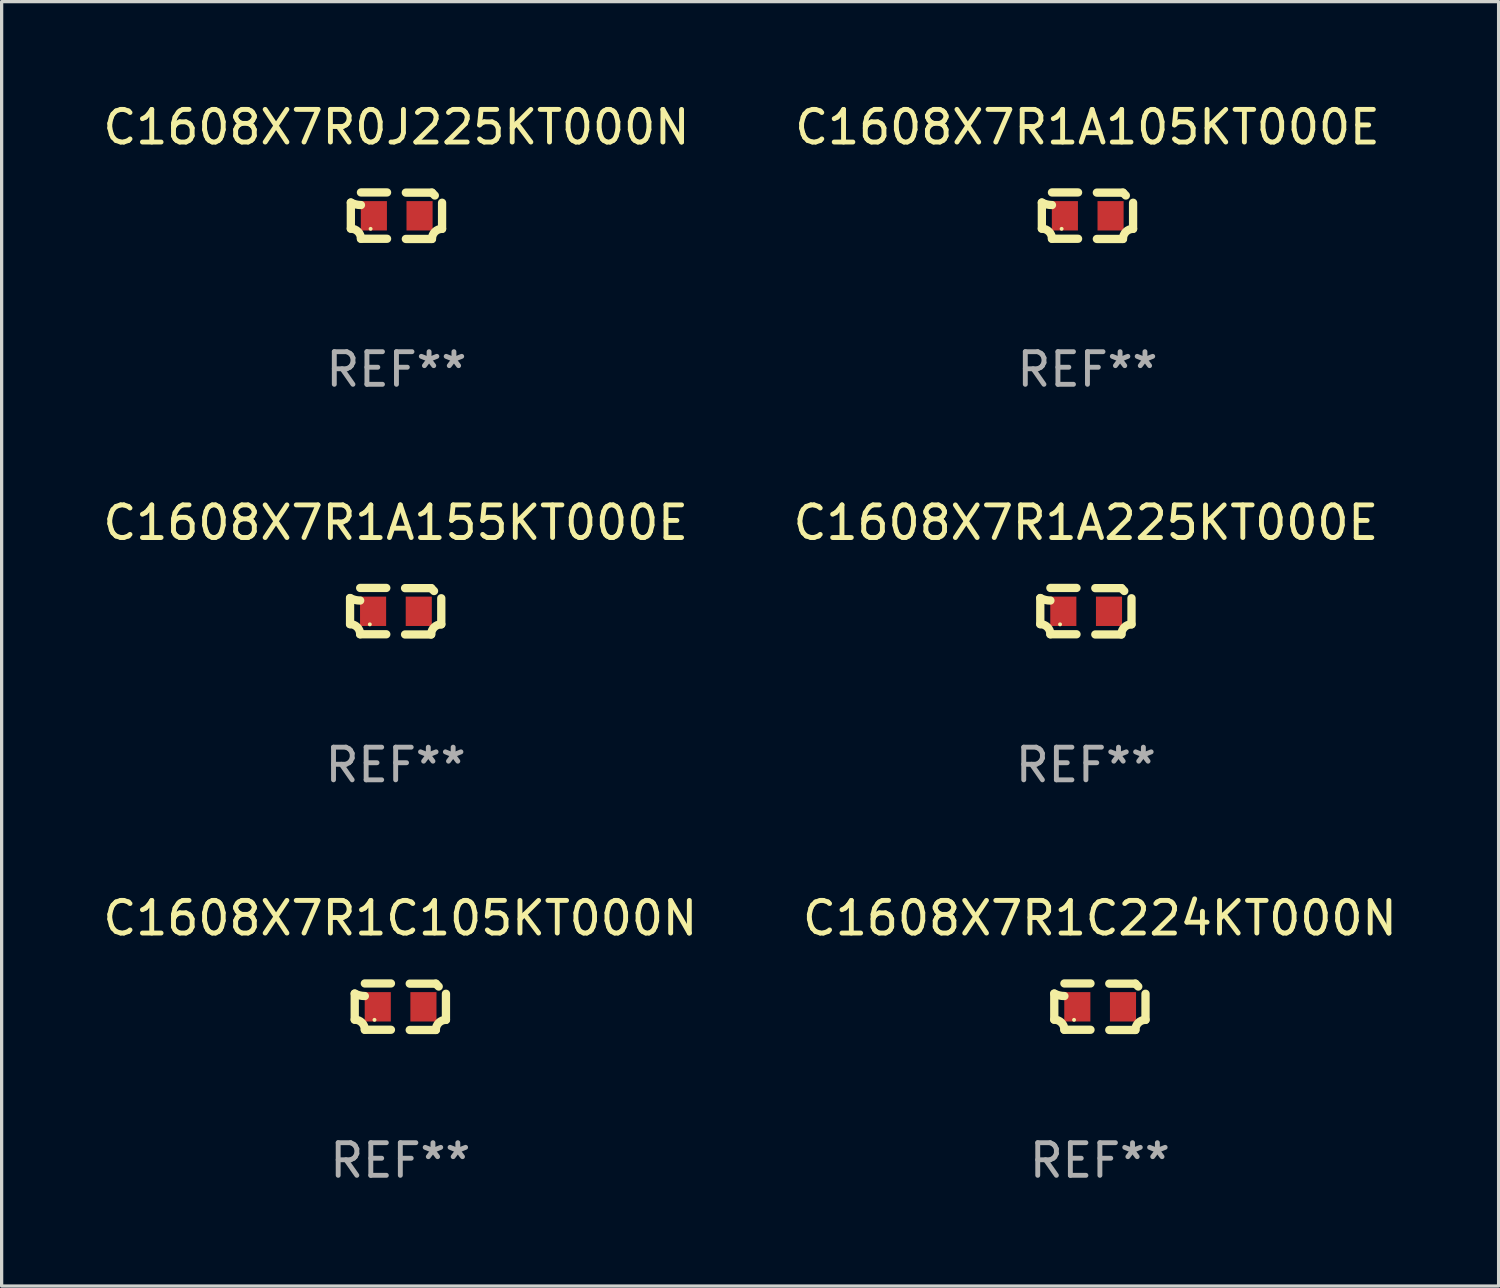
<source format=kicad_pcb>
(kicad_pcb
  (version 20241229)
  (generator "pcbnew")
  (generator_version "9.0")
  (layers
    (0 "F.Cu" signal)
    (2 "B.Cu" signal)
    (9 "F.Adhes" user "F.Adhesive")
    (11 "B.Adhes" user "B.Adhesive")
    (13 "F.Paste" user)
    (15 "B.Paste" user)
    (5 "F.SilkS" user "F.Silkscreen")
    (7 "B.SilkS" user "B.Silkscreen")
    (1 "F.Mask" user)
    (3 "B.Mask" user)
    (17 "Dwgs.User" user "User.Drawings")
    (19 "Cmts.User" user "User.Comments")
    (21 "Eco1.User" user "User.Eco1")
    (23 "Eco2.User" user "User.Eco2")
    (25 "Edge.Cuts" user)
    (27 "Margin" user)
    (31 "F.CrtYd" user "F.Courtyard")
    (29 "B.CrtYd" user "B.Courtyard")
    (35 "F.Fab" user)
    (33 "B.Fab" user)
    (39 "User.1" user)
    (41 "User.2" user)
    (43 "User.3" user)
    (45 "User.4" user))
  (footprint "C1608X7R1A225KT000E"
    (layer "F.Cu")
    (at 30.232 15.683)
    (property "Reference" "C1608X7R1A225KT000E" (at 0 -2.713 0) (layer "F.SilkS") (effects (font (size 1 1) (thickness 0.15))))
    (attr through_hole)
    (fp_line (start -1.398 -0.403) (end -1.398 0.397) (stroke (width 0.254) (type solid)) (layer "F.SilkS"))
    (fp_line (start -0.288 -0.713) (end -1.088 -0.713) (stroke (width 0.254) (type solid)) (layer "F.SilkS"))
    (fp_line (start -0.288 0.707) (end -1.088 0.707) (stroke (width 0.254) (type solid)) (layer "F.SilkS"))
    (fp_line (start 0.288 -0.707) (end 1.088 -0.707) (stroke (width 0.254) (type solid)) (layer "F.SilkS"))
    (fp_line (start 0.288 0.713) (end 1.088 0.713) (stroke (width 0.254) (type solid)) (layer "F.SilkS"))
    (fp_line (start 1.398 -0.397) (end 1.398 0.403) (stroke (width 0.254) (type solid)) (layer "F.SilkS"))
    (fp_arc (start -1.397789 0.397066) (mid -1.178701 0.487826) (end -1.08796 0.706922) (stroke (width 0.254001) (type solid)) (layer "F.SilkS"))
    (fp_arc (start -1.08796 -0.327176) (mid -1.247436 -0.346384) (end -1.39779 -0.402908) (stroke (width 0.254001) (type solid)) (layer "F.SilkS"))
    (fp_arc (start 1.087909 0.712738) (mid 1.178656 0.493655) (end 1.397739 0.402908) (stroke (width 0.254001) (type solid)) (layer "F.SilkS"))
    (fp_arc (start 1.175925 -0.618926) (mid 1.131917 -0.662923) (end 1.08791 -0.706922) (stroke (width 0.254001) (type solid)) (layer "F.SilkS"))
    (fp_circle (center -0.792 0.403) (end -0.762 0.403) (stroke (width 0.06) (type solid)) (fill no) (layer "F.SilkS"))
    (fp_text user "REF**" (at 0 4.713 0) (layer "F.Fab") (effects (font (size 1 1) (thickness 0.15))))
    (pad "1" smd rect (at -0.692 0.003) (size 0.8 0.9) (layers "F.Cu" "F.Mask" "F.Paste"))
    (pad "2" smd rect (at 0.708 0.003) (size 0.8 0.9) (layers "F.Cu" "F.Mask" "F.Paste")))
  (footprint "C1608X7R1C224KT000N"
    (layer "F.Cu")
    (at 30.661 27.805)
    (property "Reference" "C1608X7R1C224KT000N" (at 0 -2.713 0) (layer "F.SilkS") (effects (font (size 1 1) (thickness 0.15))))
    (attr through_hole)
    (fp_line (start -1.398 -0.403) (end -1.398 0.397) (stroke (width 0.254) (type solid)) (layer "F.SilkS"))
    (fp_line (start -0.288 -0.713) (end -1.088 -0.713) (stroke (width 0.254) (type solid)) (layer "F.SilkS"))
    (fp_line (start -0.288 0.707) (end -1.088 0.707) (stroke (width 0.254) (type solid)) (layer "F.SilkS"))
    (fp_line (start 0.288 -0.707) (end 1.088 -0.707) (stroke (width 0.254) (type solid)) (layer "F.SilkS"))
    (fp_line (start 0.288 0.713) (end 1.088 0.713) (stroke (width 0.254) (type solid)) (layer "F.SilkS"))
    (fp_line (start 1.398 -0.397) (end 1.398 0.403) (stroke (width 0.254) (type solid)) (layer "F.SilkS"))
    (fp_arc (start -1.397789 0.397066) (mid -1.178701 0.487826) (end -1.08796 0.706922) (stroke (width 0.254001) (type solid)) (layer "F.SilkS"))
    (fp_arc (start -1.08796 -0.327176) (mid -1.247436 -0.346384) (end -1.39779 -0.402908) (stroke (width 0.254001) (type solid)) (layer "F.SilkS"))
    (fp_arc (start 1.087909 0.712738) (mid 1.178656 0.493655) (end 1.397739 0.402908) (stroke (width 0.254001) (type solid)) (layer "F.SilkS"))
    (fp_arc (start 1.175925 -0.618926) (mid 1.131917 -0.662923) (end 1.08791 -0.706922) (stroke (width 0.254001) (type solid)) (layer "F.SilkS"))
    (fp_circle (center -0.792 0.403) (end -0.762 0.403) (stroke (width 0.06) (type solid)) (fill no) (layer "F.SilkS"))
    (fp_text user "REF**" (at 0 4.713 0) (layer "F.Fab") (effects (font (size 1 1) (thickness 0.15))))
    (pad "1" smd rect (at -0.692 0.003) (size 0.8 0.9) (layers "F.Cu" "F.Mask" "F.Paste"))
    (pad "2" smd rect (at 0.708 0.003) (size 0.8 0.9) (layers "F.Cu" "F.Mask" "F.Paste")))
  (footprint "C1608X7R1A105KT000E"
    (layer "F.Cu")
    (at 30.28 3.561)
    (property "Reference" "C1608X7R1A105KT000E" (at 0 -2.713 0) (layer "F.SilkS") (effects (font (size 1 1) (thickness 0.15))))
    (attr through_hole)
    (fp_line (start -1.398 -0.403) (end -1.398 0.397) (stroke (width 0.254) (type solid)) (layer "F.SilkS"))
    (fp_line (start -0.288 -0.713) (end -1.088 -0.713) (stroke (width 0.254) (type solid)) (layer "F.SilkS"))
    (fp_line (start -0.288 0.707) (end -1.088 0.707) (stroke (width 0.254) (type solid)) (layer "F.SilkS"))
    (fp_line (start 0.288 -0.707) (end 1.088 -0.707) (stroke (width 0.254) (type solid)) (layer "F.SilkS"))
    (fp_line (start 0.288 0.713) (end 1.088 0.713) (stroke (width 0.254) (type solid)) (layer "F.SilkS"))
    (fp_line (start 1.398 -0.397) (end 1.398 0.403) (stroke (width 0.254) (type solid)) (layer "F.SilkS"))
    (fp_arc (start -1.397789 0.397066) (mid -1.178701 0.487826) (end -1.08796 0.706922) (stroke (width 0.254001) (type solid)) (layer "F.SilkS"))
    (fp_arc (start -1.08796 -0.327176) (mid -1.247436 -0.346384) (end -1.39779 -0.402908) (stroke (width 0.254001) (type solid)) (layer "F.SilkS"))
    (fp_arc (start 1.087909 0.712738) (mid 1.178656 0.493655) (end 1.397739 0.402908) (stroke (width 0.254001) (type solid)) (layer "F.SilkS"))
    (fp_arc (start 1.175925 -0.618926) (mid 1.131917 -0.662923) (end 1.08791 -0.706922) (stroke (width 0.254001) (type solid)) (layer "F.SilkS"))
    (fp_circle (center -0.792 0.403) (end -0.762 0.403) (stroke (width 0.06) (type solid)) (fill no) (layer "F.SilkS"))
    (fp_text user "REF**" (at 0 4.713 0) (layer "F.Fab") (effects (font (size 1 1) (thickness 0.15))))
    (pad "1" smd rect (at -0.692 0.003) (size 0.8 0.9) (layers "F.Cu" "F.Mask" "F.Paste"))
    (pad "2" smd rect (at 0.708 0.003) (size 0.8 0.9) (layers "F.Cu" "F.Mask" "F.Paste")))
  (footprint "C1608X7R1C105KT000N"
    (layer "F.Cu")
    (at 9.22 27.805)
    (property "Reference" "C1608X7R1C105KT000N" (at 0 -2.713 0) (layer "F.SilkS") (effects (font (size 1 1) (thickness 0.15))))
    (attr through_hole)
    (fp_line (start -1.398 -0.403) (end -1.398 0.397) (stroke (width 0.254) (type solid)) (layer "F.SilkS"))
    (fp_line (start -0.288 -0.713) (end -1.088 -0.713) (stroke (width 0.254) (type solid)) (layer "F.SilkS"))
    (fp_line (start -0.288 0.707) (end -1.088 0.707) (stroke (width 0.254) (type solid)) (layer "F.SilkS"))
    (fp_line (start 0.288 -0.707) (end 1.088 -0.707) (stroke (width 0.254) (type solid)) (layer "F.SilkS"))
    (fp_line (start 0.288 0.713) (end 1.088 0.713) (stroke (width 0.254) (type solid)) (layer "F.SilkS"))
    (fp_line (start 1.398 -0.397) (end 1.398 0.403) (stroke (width 0.254) (type solid)) (layer "F.SilkS"))
    (fp_arc (start -1.397789 0.397066) (mid -1.178701 0.487826) (end -1.08796 0.706922) (stroke (width 0.254001) (type solid)) (layer "F.SilkS"))
    (fp_arc (start -1.08796 -0.327176) (mid -1.247436 -0.346384) (end -1.39779 -0.402908) (stroke (width 0.254001) (type solid)) (layer "F.SilkS"))
    (fp_arc (start 1.087909 0.712738) (mid 1.178656 0.493655) (end 1.397739 0.402908) (stroke (width 0.254001) (type solid)) (layer "F.SilkS"))
    (fp_arc (start 1.175925 -0.618926) (mid 1.131917 -0.662923) (end 1.08791 -0.706922) (stroke (width 0.254001) (type solid)) (layer "F.SilkS"))
    (fp_circle (center -0.792 0.403) (end -0.762 0.403) (stroke (width 0.06) (type solid)) (fill no) (layer "F.SilkS"))
    (fp_text user "REF**" (at 0 4.713 0) (layer "F.Fab") (effects (font (size 1 1) (thickness 0.15))))
    (pad "1" smd rect (at -0.692 0.003) (size 0.8 0.9) (layers "F.Cu" "F.Mask" "F.Paste"))
    (pad "2" smd rect (at 0.708 0.003) (size 0.8 0.9) (layers "F.Cu" "F.Mask" "F.Paste")))
  (footprint "C1608X7R1A155KT000E"
    (layer "F.Cu")
    (at 9.077 15.683)
    (property "Reference" "C1608X7R1A155KT000E" (at 0 -2.713 0) (layer "F.SilkS") (effects (font (size 1 1) (thickness 0.15))))
    (attr through_hole)
    (fp_line (start -1.398 -0.403) (end -1.398 0.397) (stroke (width 0.254) (type solid)) (layer "F.SilkS"))
    (fp_line (start -0.288 -0.713) (end -1.088 -0.713) (stroke (width 0.254) (type solid)) (layer "F.SilkS"))
    (fp_line (start -0.288 0.707) (end -1.088 0.707) (stroke (width 0.254) (type solid)) (layer "F.SilkS"))
    (fp_line (start 0.288 -0.707) (end 1.088 -0.707) (stroke (width 0.254) (type solid)) (layer "F.SilkS"))
    (fp_line (start 0.288 0.713) (end 1.088 0.713) (stroke (width 0.254) (type solid)) (layer "F.SilkS"))
    (fp_line (start 1.398 -0.397) (end 1.398 0.403) (stroke (width 0.254) (type solid)) (layer "F.SilkS"))
    (fp_arc (start -1.397789 0.397066) (mid -1.178701 0.487826) (end -1.08796 0.706922) (stroke (width 0.254001) (type solid)) (layer "F.SilkS"))
    (fp_arc (start -1.08796 -0.327176) (mid -1.247436 -0.346384) (end -1.39779 -0.402908) (stroke (width 0.254001) (type solid)) (layer "F.SilkS"))
    (fp_arc (start 1.087909 0.712738) (mid 1.178656 0.493655) (end 1.397739 0.402908) (stroke (width 0.254001) (type solid)) (layer "F.SilkS"))
    (fp_arc (start 1.175925 -0.618926) (mid 1.131917 -0.662923) (end 1.08791 -0.706922) (stroke (width 0.254001) (type solid)) (layer "F.SilkS"))
    (fp_circle (center -0.792 0.403) (end -0.762 0.403) (stroke (width 0.06) (type solid)) (fill no) (layer "F.SilkS"))
    (fp_text user "REF**" (at 0 4.713 0) (layer "F.Fab") (effects (font (size 1 1) (thickness 0.15))))
    (pad "1" smd rect (at -0.692 0.003) (size 0.8 0.9) (layers "F.Cu" "F.Mask" "F.Paste"))
    (pad "2" smd rect (at 0.708 0.003) (size 0.8 0.9) (layers "F.Cu" "F.Mask" "F.Paste")))
  (footprint "C1608X7R0J225KT000N"
    (layer "F.Cu")
    (at 9.101 3.561)
    (property "Reference" "C1608X7R0J225KT000N" (at 0 -2.713 0) (layer "F.SilkS") (effects (font (size 1 1) (thickness 0.15))))
    (attr through_hole)
    (fp_line (start -1.398 -0.403) (end -1.398 0.397) (stroke (width 0.254) (type solid)) (layer "F.SilkS"))
    (fp_line (start -0.288 -0.713) (end -1.088 -0.713) (stroke (width 0.254) (type solid)) (layer "F.SilkS"))
    (fp_line (start -0.288 0.707) (end -1.088 0.707) (stroke (width 0.254) (type solid)) (layer "F.SilkS"))
    (fp_line (start 0.288 -0.707) (end 1.088 -0.707) (stroke (width 0.254) (type solid)) (layer "F.SilkS"))
    (fp_line (start 0.288 0.713) (end 1.088 0.713) (stroke (width 0.254) (type solid)) (layer "F.SilkS"))
    (fp_line (start 1.398 -0.397) (end 1.398 0.403) (stroke (width 0.254) (type solid)) (layer "F.SilkS"))
    (fp_arc (start -1.397789 0.397066) (mid -1.178701 0.487826) (end -1.08796 0.706922) (stroke (width 0.254001) (type solid)) (layer "F.SilkS"))
    (fp_arc (start -1.08796 -0.327176) (mid -1.247436 -0.346384) (end -1.39779 -0.402908) (stroke (width 0.254001) (type solid)) (layer "F.SilkS"))
    (fp_arc (start 1.087909 0.712738) (mid 1.178656 0.493655) (end 1.397739 0.402908) (stroke (width 0.254001) (type solid)) (layer "F.SilkS"))
    (fp_arc (start 1.175925 -0.618926) (mid 1.131917 -0.662923) (end 1.08791 -0.706922) (stroke (width 0.254001) (type solid)) (layer "F.SilkS"))
    (fp_circle (center -0.792 0.403) (end -0.762 0.403) (stroke (width 0.06) (type solid)) (fill no) (layer "F.SilkS"))
    (fp_text user "REF**" (at 0 4.713 0) (layer "F.Fab") (effects (font (size 1 1) (thickness 0.15))))
    (pad "1" smd rect (at -0.692 0.003) (size 0.8 0.9) (layers "F.Cu" "F.Mask" "F.Paste"))
    (pad "2" smd rect (at 0.708 0.003) (size 0.8 0.9) (layers "F.Cu" "F.Mask" "F.Paste")))
  (gr_rect
    (start -3 -3)
    (end 42.881 36.366)
    (stroke (width 0.1) (type default))
    (fill no)
    (layer "Edge.Cuts")))
</source>
